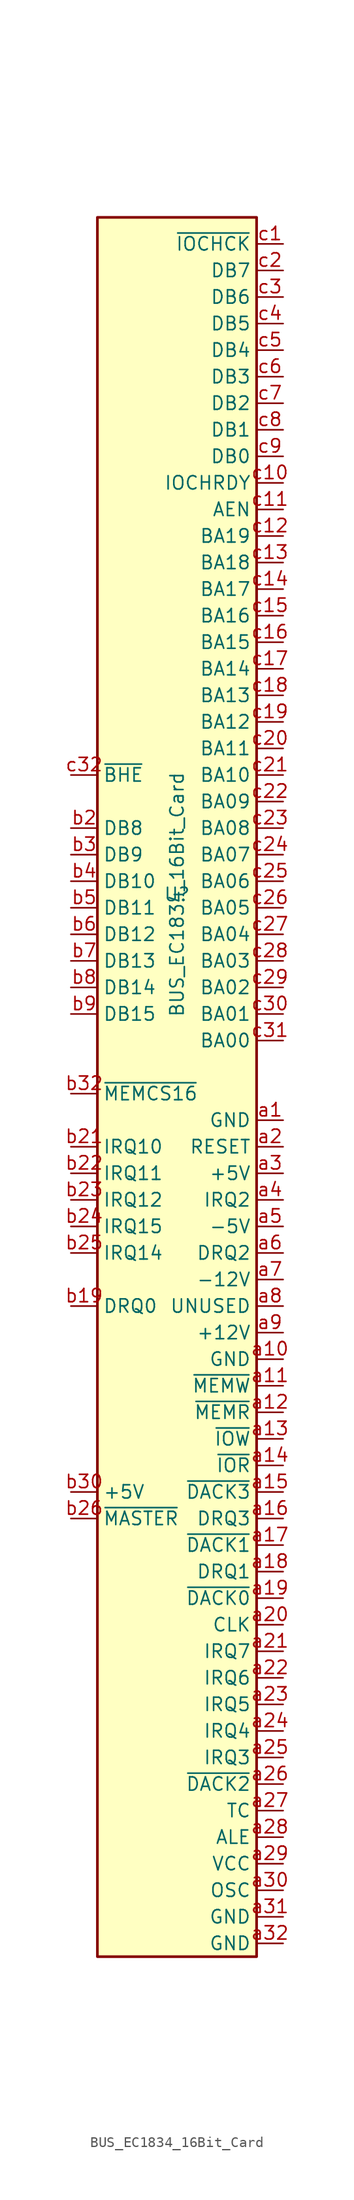
<source format=kicad_sym>
(kicad_symbol_lib
  (version 20241209)
  (generator "kicad_symbol_editor")
  (generator_version "9.0")
  (symbol "BUS_EC1834_16Bit_Card"
    (property "Reference" "U"
      (at 0 0 0)
      (effects (font (size 1.27 1.27))))
    (property "Value" "BUS_EC1834_16Bit_Card"
      (at 0 0 90)
      (effects (font (size 1.27 1.27))))
    (symbol "BUS_EC1834_16Bit_Card_0_1"
      (rectangle (start -7.62 64.77) (end 7.62 -101.6) (stroke (width 0.254) (type default)) (fill (type background))))
    (symbol "BUS_EC1834_16Bit_Card_1_1"
      (pin passive line (at -10.16 11.43 0) (length 2.54) (name "~{BHE}" (effects (font (size 1.27 1.27)))) (number "c32" (effects (font (size 1.27 1.27)))))
      (pin tri_state line (at -10.16 6.35 0) (length 2.54) (name "DB8" (effects (font (size 1.27 1.27)))) (number "b2" (effects (font (size 1.27 1.27)))))
      (pin tri_state line (at -10.16 3.81 0) (length 2.54) (name "DB9" (effects (font (size 1.27 1.27)))) (number "b3" (effects (font (size 1.27 1.27)))))
      (pin tri_state line (at -10.16 1.27 0) (length 2.54) (name "DB10" (effects (font (size 1.27 1.27)))) (number "b4" (effects (font (size 1.27 1.27)))))
      (pin tri_state line (at -10.16 -1.27 0) (length 2.54) (name "DB11" (effects (font (size 1.27 1.27)))) (number "b5" (effects (font (size 1.27 1.27)))))
      (pin tri_state line (at -10.16 -3.81 0) (length 2.54) (name "DB12" (effects (font (size 1.27 1.27)))) (number "b6" (effects (font (size 1.27 1.27)))))
      (pin tri_state line (at -10.16 -6.35 0) (length 2.54) (name "DB13" (effects (font (size 1.27 1.27)))) (number "b7" (effects (font (size 1.27 1.27)))))
      (pin tri_state line (at -10.16 -8.89 0) (length 2.54) (name "DB14" (effects (font (size 1.27 1.27)))) (number "b8" (effects (font (size 1.27 1.27)))))
      (pin tri_state line (at -10.16 -11.43 0) (length 2.54) (name "DB15" (effects (font (size 1.27 1.27)))) (number "b9" (effects (font (size 1.27 1.27)))))
      (pin passive line (at -10.16 -19.05 0) (length 2.54) (name "~{MEMCS16}" (effects (font (size 1.27 1.27)))) (number "b32" (effects (font (size 1.27 1.27)))))
      (pin passive line (at -10.16 -24.13 0) (length 2.54) (name "IRQ10" (effects (font (size 1.27 1.27)))) (number "b21" (effects (font (size 1.27 1.27)))))
      (pin passive line (at -10.16 -26.67 0) (length 2.54) (name "IRQ11" (effects (font (size 1.27 1.27)))) (number "b22" (effects (font (size 1.27 1.27)))))
      (pin passive line (at -10.16 -29.21 0) (length 2.54) (name "IRQ12" (effects (font (size 1.27 1.27)))) (number "b23" (effects (font (size 1.27 1.27)))))
      (pin passive line (at -10.16 -31.75 0) (length 2.54) (name "IRQ15" (effects (font (size 1.27 1.27)))) (number "b24" (effects (font (size 1.27 1.27)))))
      (pin passive line (at -10.16 -34.29 0) (length 2.54) (name "IRQ14" (effects (font (size 1.27 1.27)))) (number "b25" (effects (font (size 1.27 1.27)))))
      (pin bidirectional line (at -10.16 -39.37 0) (length 2.54) (name "DRQ0" (effects (font (size 1.27 1.27)))) (number "b19" (effects (font (size 1.27 1.27)))))
      (pin power_out line (at -10.16 -57.15 0) (length 2.54) (name "+5V" (effects (font (size 1.27 1.27)))) (number "b30" (effects (font (size 1.27 1.27)))))
      (pin passive line (at -10.16 -59.69 0) (length 2.54) (name "~{MASTER}" (effects (font (size 1.27 1.27)))) (number "b26" (effects (font (size 1.27 1.27)))))
      (pin no_connect line (at 1.27 -20.32 180) (length 2.54) (hide yes) (name "UNUSED" (effects (font (size 1.27 1.27)))) (number "b1" (effects (font (size 1.27 1.27)))))
      (pin no_connect line (at 1.27 -22.86 180) (length 2.54) (hide yes) (name "UNUSED" (effects (font (size 1.27 1.27)))) (number "b10" (effects (font (size 1.27 1.27)))))
      (pin no_connect line (at 1.27 -25.4 180) (length 2.54) (hide yes) (name "UNUSED" (effects (font (size 1.27 1.27)))) (number "b11" (effects (font (size 1.27 1.27)))))
      (pin no_connect line (at 1.27 -27.94 180) (length 2.54) (hide yes) (name "UNUSED" (effects (font (size 1.27 1.27)))) (number "b12" (effects (font (size 1.27 1.27)))))
      (pin no_connect line (at 1.27 -30.48 180) (length 2.54) (hide yes) (name "UNUSED" (effects (font (size 1.27 1.27)))) (number "b13" (effects (font (size 1.27 1.27)))))
      (pin no_connect line (at 1.27 -33.02 180) (length 2.54) (hide yes) (name "UNUSED" (effects (font (size 1.27 1.27)))) (number "b14" (effects (font (size 1.27 1.27)))))
      (pin no_connect line (at 1.27 -35.56 180) (length 2.54) (hide yes) (name "UNUSED" (effects (font (size 1.27 1.27)))) (number "b15" (effects (font (size 1.27 1.27)))))
      (pin no_connect line (at 1.27 -38.1 180) (length 2.54) (hide yes) (name "UNUSED" (effects (font (size 1.27 1.27)))) (number "b16" (effects (font (size 1.27 1.27)))))
      (pin no_connect line (at 1.27 -40.64 180) (length 2.54) (hide yes) (name "UNUSED" (effects (font (size 1.27 1.27)))) (number "b17" (effects (font (size 1.27 1.27)))))
      (pin no_connect line (at 1.27 -43.18 180) (length 2.54) (hide yes) (name "UNUSED" (effects (font (size 1.27 1.27)))) (number "b18" (effects (font (size 1.27 1.27)))))
      (pin no_connect line (at 1.27 -45.72 180) (length 2.54) (hide yes) (name "UNUSED" (effects (font (size 1.27 1.27)))) (number "b20" (effects (font (size 1.27 1.27)))))
      (pin no_connect line (at 1.27 -48.26 180) (length 2.54) (hide yes) (name "UNUSED" (effects (font (size 1.27 1.27)))) (number "b27" (effects (font (size 1.27 1.27)))))
      (pin no_connect line (at 1.27 -50.8 180) (length 2.54) (hide yes) (name "UNUSED" (effects (font (size 1.27 1.27)))) (number "b28" (effects (font (size 1.27 1.27)))))
      (pin no_connect line (at 1.27 -53.34 180) (length 2.54) (hide yes) (name "UNUSED" (effects (font (size 1.27 1.27)))) (number "b29" (effects (font (size 1.27 1.27)))))
      (pin no_connect line (at 1.27 -55.88 180) (length 2.54) (hide yes) (name "UNUSED" (effects (font (size 1.27 1.27)))) (number "b31" (effects (font (size 1.27 1.27)))))
      (pin passive line (at 10.16 62.23 180) (length 2.54) (name "~{IOCHCK}" (effects (font (size 1.27 1.27)))) (number "c1" (effects (font (size 1.27 1.27)))))
      (pin tri_state line (at 10.16 59.69 180) (length 2.54) (name "DB7" (effects (font (size 1.27 1.27)))) (number "c2" (effects (font (size 1.27 1.27)))))
      (pin tri_state line (at 10.16 57.15 180) (length 2.54) (name "DB6" (effects (font (size 1.27 1.27)))) (number "c3" (effects (font (size 1.27 1.27)))))
      (pin tri_state line (at 10.16 54.61 180) (length 2.54) (name "DB5" (effects (font (size 1.27 1.27)))) (number "c4" (effects (font (size 1.27 1.27)))))
      (pin tri_state line (at 10.16 52.07 180) (length 2.54) (name "DB4" (effects (font (size 1.27 1.27)))) (number "c5" (effects (font (size 1.27 1.27)))))
      (pin tri_state line (at 10.16 49.53 180) (length 2.54) (name "DB3" (effects (font (size 1.27 1.27)))) (number "c6" (effects (font (size 1.27 1.27)))))
      (pin tri_state line (at 10.16 46.99 180) (length 2.54) (name "DB2" (effects (font (size 1.27 1.27)))) (number "c7" (effects (font (size 1.27 1.27)))))
      (pin tri_state line (at 10.16 44.45 180) (length 2.54) (name "DB1" (effects (font (size 1.27 1.27)))) (number "c8" (effects (font (size 1.27 1.27)))))
      (pin tri_state line (at 10.16 41.91 180) (length 2.54) (name "DB0" (effects (font (size 1.27 1.27)))) (number "c9" (effects (font (size 1.27 1.27)))))
      (pin passive line (at 10.16 39.37 180) (length 2.54) (name "IOCHRDY" (effects (font (size 1.27 1.27)))) (number "c10" (effects (font (size 1.27 1.27)))))
      (pin output line (at 10.16 36.83 180) (length 2.54) (name "AEN" (effects (font (size 1.27 1.27)))) (number "c11" (effects (font (size 1.27 1.27)))))
      (pin tri_state line (at 10.16 34.29 180) (length 2.54) (name "BA19" (effects (font (size 1.27 1.27)))) (number "c12" (effects (font (size 1.27 1.27)))))
      (pin tri_state line (at 10.16 31.75 180) (length 2.54) (name "BA18" (effects (font (size 1.27 1.27)))) (number "c13" (effects (font (size 1.27 1.27)))))
      (pin tri_state line (at 10.16 29.21 180) (length 2.54) (name "BA17" (effects (font (size 1.27 1.27)))) (number "c14" (effects (font (size 1.27 1.27)))))
      (pin tri_state line (at 10.16 26.67 180) (length 2.54) (name "BA16" (effects (font (size 1.27 1.27)))) (number "c15" (effects (font (size 1.27 1.27)))))
      (pin tri_state line (at 10.16 24.13 180) (length 2.54) (name "BA15" (effects (font (size 1.27 1.27)))) (number "c16" (effects (font (size 1.27 1.27)))))
      (pin tri_state line (at 10.16 21.59 180) (length 2.54) (name "BA14" (effects (font (size 1.27 1.27)))) (number "c17" (effects (font (size 1.27 1.27)))))
      (pin tri_state line (at 10.16 19.05 180) (length 2.54) (name "BA13" (effects (font (size 1.27 1.27)))) (number "c18" (effects (font (size 1.27 1.27)))))
      (pin tri_state line (at 10.16 16.51 180) (length 2.54) (name "BA12" (effects (font (size 1.27 1.27)))) (number "c19" (effects (font (size 1.27 1.27)))))
      (pin tri_state line (at 10.16 13.97 180) (length 2.54) (name "BA11" (effects (font (size 1.27 1.27)))) (number "c20" (effects (font (size 1.27 1.27)))))
      (pin tri_state line (at 10.16 11.43 180) (length 2.54) (name "BA10" (effects (font (size 1.27 1.27)))) (number "c21" (effects (font (size 1.27 1.27)))))
      (pin tri_state line (at 10.16 8.89 180) (length 2.54) (name "BA09" (effects (font (size 1.27 1.27)))) (number "c22" (effects (font (size 1.27 1.27)))))
      (pin tri_state line (at 10.16 6.35 180) (length 2.54) (name "BA08" (effects (font (size 1.27 1.27)))) (number "c23" (effects (font (size 1.27 1.27)))))
      (pin tri_state line (at 10.16 3.81 180) (length 2.54) (name "BA07" (effects (font (size 1.27 1.27)))) (number "c24" (effects (font (size 1.27 1.27)))))
      (pin tri_state line (at 10.16 1.27 180) (length 2.54) (name "BA06" (effects (font (size 1.27 1.27)))) (number "c25" (effects (font (size 1.27 1.27)))))
      (pin tri_state line (at 10.16 -1.27 180) (length 2.54) (name "BA05" (effects (font (size 1.27 1.27)))) (number "c26" (effects (font (size 1.27 1.27)))))
      (pin tri_state line (at 10.16 -3.81 180) (length 2.54) (name "BA04" (effects (font (size 1.27 1.27)))) (number "c27" (effects (font (size 1.27 1.27)))))
      (pin tri_state line (at 10.16 -6.35 180) (length 2.54) (name "BA03" (effects (font (size 1.27 1.27)))) (number "c28" (effects (font (size 1.27 1.27)))))
      (pin tri_state line (at 10.16 -8.89 180) (length 2.54) (name "BA02" (effects (font (size 1.27 1.27)))) (number "c29" (effects (font (size 1.27 1.27)))))
      (pin tri_state line (at 10.16 -11.43 180) (length 2.54) (name "BA01" (effects (font (size 1.27 1.27)))) (number "c30" (effects (font (size 1.27 1.27)))))
      (pin tri_state line (at 10.16 -13.97 180) (length 2.54) (name "BA00" (effects (font (size 1.27 1.27)))) (number "c31" (effects (font (size 1.27 1.27)))))
      (pin power_out line (at 10.16 -21.59 180) (length 2.54) (name "GND" (effects (font (size 1.27 1.27)))) (number "a1" (effects (font (size 1.27 1.27)))))
      (pin output line (at 10.16 -24.13 180) (length 2.54) (name "RESET" (effects (font (size 1.27 1.27)))) (number "a2" (effects (font (size 1.27 1.27)))))
      (pin power_out line (at 10.16 -26.67 180) (length 2.54) (name "+5V" (effects (font (size 1.27 1.27)))) (number "a3" (effects (font (size 1.27 1.27)))))
      (pin output line (at 10.16 -29.21 180) (length 2.54) (name "IRQ2" (effects (font (size 1.27 1.27)))) (number "a4" (effects (font (size 1.27 1.27)))))
      (pin power_out line (at 10.16 -31.75 180) (length 2.54) (name "-5V" (effects (font (size 1.27 1.27)))) (number "a5" (effects (font (size 1.27 1.27)))))
      (pin bidirectional line (at 10.16 -34.29 180) (length 2.54) (name "DRQ2" (effects (font (size 1.27 1.27)))) (number "a6" (effects (font (size 1.27 1.27)))))
      (pin power_out line (at 10.16 -36.83 180) (length 2.54) (name "-12V" (effects (font (size 1.27 1.27)))) (number "a7" (effects (font (size 1.27 1.27)))))
      (pin passive line (at 10.16 -39.37 180) (length 2.54) (name "UNUSED" (effects (font (size 1.27 1.27)))) (number "a8" (effects (font (size 1.27 1.27)))))
      (pin power_out line (at 10.16 -41.91 180) (length 2.54) (name "+12V" (effects (font (size 1.27 1.27)))) (number "a9" (effects (font (size 1.27 1.27)))))
      (pin power_out line (at 10.16 -44.45 180) (length 2.54) (name "GND" (effects (font (size 1.27 1.27)))) (number "a10" (effects (font (size 1.27 1.27)))))
      (pin output line (at 10.16 -46.99 180) (length 2.54) (name "~{MEMW}" (effects (font (size 1.27 1.27)))) (number "a11" (effects (font (size 1.27 1.27)))))
      (pin output line (at 10.16 -49.53 180) (length 2.54) (name "~{MEMR}" (effects (font (size 1.27 1.27)))) (number "a12" (effects (font (size 1.27 1.27)))))
      (pin output line (at 10.16 -52.07 180) (length 2.54) (name "~{IOW}" (effects (font (size 1.27 1.27)))) (number "a13" (effects (font (size 1.27 1.27)))))
      (pin output line (at 10.16 -54.61 180) (length 2.54) (name "~{IOR}" (effects (font (size 1.27 1.27)))) (number "a14" (effects (font (size 1.27 1.27)))))
      (pin passive line (at 10.16 -57.15 180) (length 2.54) (name "~{DACK3}" (effects (font (size 1.27 1.27)))) (number "a15" (effects (font (size 1.27 1.27)))))
      (pin bidirectional line (at 10.16 -59.69 180) (length 2.54) (name "DRQ3" (effects (font (size 1.27 1.27)))) (number "a16" (effects (font (size 1.27 1.27)))))
      (pin passive line (at 10.16 -62.23 180) (length 2.54) (name "~{DACK1}" (effects (font (size 1.27 1.27)))) (number "a17" (effects (font (size 1.27 1.27)))))
      (pin bidirectional line (at 10.16 -64.77 180) (length 2.54) (name "DRQ1" (effects (font (size 1.27 1.27)))) (number "a18" (effects (font (size 1.27 1.27)))))
      (pin passive line (at 10.16 -67.31 180) (length 2.54) (name "~{DACK0}" (effects (font (size 1.27 1.27)))) (number "a19" (effects (font (size 1.27 1.27)))))
      (pin output line (at 10.16 -69.85 180) (length 2.54) (name "CLK" (effects (font (size 1.27 1.27)))) (number "a20" (effects (font (size 1.27 1.27)))))
      (pin passive line (at 10.16 -72.39 180) (length 2.54) (name "IRQ7" (effects (font (size 1.27 1.27)))) (number "a21" (effects (font (size 1.27 1.27)))))
      (pin passive line (at 10.16 -74.93 180) (length 2.54) (name "IRQ6" (effects (font (size 1.27 1.27)))) (number "a22" (effects (font (size 1.27 1.27)))))
      (pin passive line (at 10.16 -77.47 180) (length 2.54) (name "IRQ5" (effects (font (size 1.27 1.27)))) (number "a23" (effects (font (size 1.27 1.27)))))
      (pin passive line (at 10.16 -80.01 180) (length 2.54) (name "IRQ4" (effects (font (size 1.27 1.27)))) (number "a24" (effects (font (size 1.27 1.27)))))
      (pin passive line (at 10.16 -82.55 180) (length 2.54) (name "IRQ3" (effects (font (size 1.27 1.27)))) (number "a25" (effects (font (size 1.27 1.27)))))
      (pin passive line (at 10.16 -85.09 180) (length 2.54) (name "~{DACK2}" (effects (font (size 1.27 1.27)))) (number "a26" (effects (font (size 1.27 1.27)))))
      (pin passive line (at 10.16 -87.63 180) (length 2.54) (name "TC" (effects (font (size 1.27 1.27)))) (number "a27" (effects (font (size 1.27 1.27)))))
      (pin bidirectional line (at 10.16 -90.17 180) (length 2.54) (name "ALE" (effects (font (size 1.27 1.27)))) (number "a28" (effects (font (size 1.27 1.27)))))
      (pin power_out line (at 10.16 -92.71 180) (length 2.54) (name "VCC" (effects (font (size 1.27 1.27)))) (number "a29" (effects (font (size 1.27 1.27)))))
      (pin output line (at 10.16 -95.25 180) (length 2.54) (name "OSC" (effects (font (size 1.27 1.27)))) (number "a30" (effects (font (size 1.27 1.27)))))
      (pin power_out line (at 10.16 -97.79 180) (length 2.54) (name "GND" (effects (font (size 1.27 1.27)))) (number "a31" (effects (font (size 1.27 1.27)))))
      (pin power_out line (at 10.16 -100.33 180) (length 2.54) (name "GND" (effects (font (size 1.27 1.27)))) (number "a32" (effects (font (size 1.27 1.27))))))))
</source>
